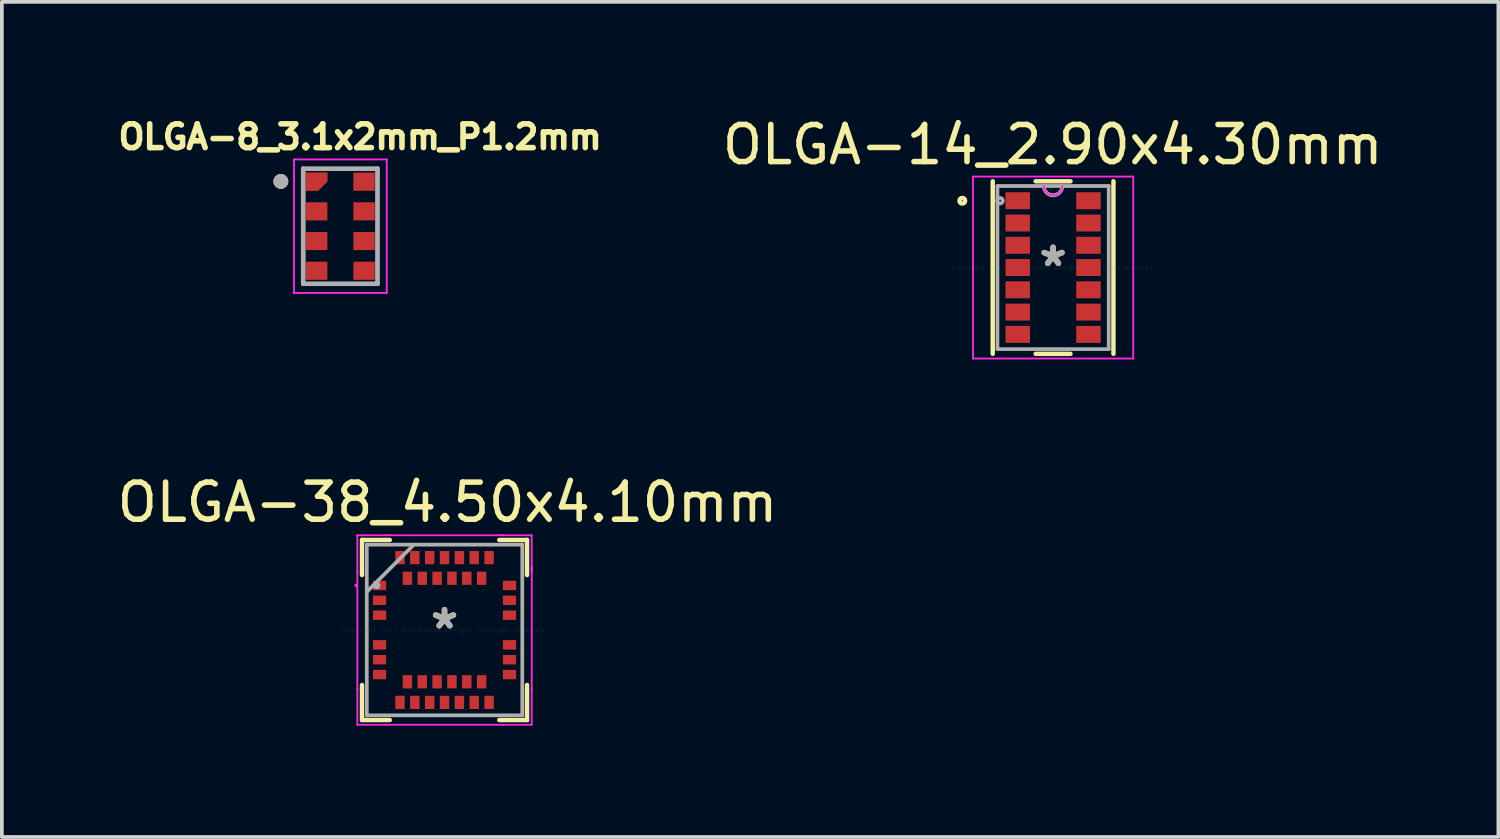
<source format=kicad_pcb>
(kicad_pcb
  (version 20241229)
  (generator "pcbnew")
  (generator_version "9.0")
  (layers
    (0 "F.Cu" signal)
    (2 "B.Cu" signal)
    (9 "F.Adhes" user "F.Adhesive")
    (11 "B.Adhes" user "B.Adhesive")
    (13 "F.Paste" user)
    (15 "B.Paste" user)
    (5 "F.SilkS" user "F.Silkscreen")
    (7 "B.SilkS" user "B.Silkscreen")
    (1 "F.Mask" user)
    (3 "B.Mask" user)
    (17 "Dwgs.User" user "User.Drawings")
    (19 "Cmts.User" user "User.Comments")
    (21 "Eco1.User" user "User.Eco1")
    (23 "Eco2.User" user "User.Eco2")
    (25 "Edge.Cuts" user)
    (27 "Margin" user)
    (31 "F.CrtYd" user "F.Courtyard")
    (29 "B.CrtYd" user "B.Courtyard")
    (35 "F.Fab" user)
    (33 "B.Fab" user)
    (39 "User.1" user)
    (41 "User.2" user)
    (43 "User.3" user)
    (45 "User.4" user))
  (footprint "OLGA-14_2.90x4.30mm"
    (layer "F.Cu")
    (at 25.321 4.158)
    (property "Reference" "OLGA-14_2.90x4.30mm" (at -0.01 -3.31 0) (layer "F.SilkS") (effects (font (size 1 1) (thickness 0.15))))
    (attr through_hole)
    (fp_line (start -1.626 -2.324) (end -1.626 2.324) (stroke (width 0.12) (type solid)) (layer "F.SilkS"))
    (fp_line (start -0.469 2.324) (end 0.469 2.324) (stroke (width 0.12) (type solid)) (layer "F.SilkS"))
    (fp_line (start 0.469 -2.324) (end -0.469 -2.324) (stroke (width 0.12) (type solid)) (layer "F.SilkS"))
    (fp_line (start 1.626 2.324) (end 1.626 -2.324) (stroke (width 0.12) (type solid)) (layer "F.SilkS"))
    (fp_circle (center -2.446 -1.8) (end -2.37 -1.8) (stroke (width 0.12) (type solid)) (fill no) (layer "F.SilkS"))
    (fp_line (start -2.159 -2.451) (end 2.159 -2.451) (stroke (width 0.05) (type solid)) (layer "F.CrtYd"))
    (fp_line (start -2.159 2.451) (end -2.159 -2.451) (stroke (width 0.05) (type solid)) (layer "F.CrtYd"))
    (fp_line (start 2.159 -2.451) (end 2.159 2.451) (stroke (width 0.05) (type solid)) (layer "F.CrtYd"))
    (fp_line (start 2.159 2.451) (end -2.159 2.451) (stroke (width 0.05) (type solid)) (layer "F.CrtYd"))
    (fp_arc (start 0.249767 -2.1971) (mid 0 -1.947333) (end -0.249767 -2.1971) (stroke (width 0.05) (type solid)) (layer "F.CrtYd"))
    (fp_line (start -1.499 -2.197) (end -1.499 2.197) (stroke (width 0.1) (type solid)) (layer "F.Fab"))
    (fp_line (start -1.499 2.197) (end 1.499 2.197) (stroke (width 0.1) (type solid)) (layer "F.Fab"))
    (fp_line (start 1.499 -2.197) (end -1.499 -2.197) (stroke (width 0.1) (type solid)) (layer "F.Fab"))
    (fp_line (start 1.499 2.197) (end 1.499 -2.197) (stroke (width 0.1) (type solid)) (layer "F.Fab"))
    (fp_arc (start 0.249767 -2.1971) (mid 0 -1.947333) (end -0.249767 -2.1971) (stroke (width 0.1) (type solid)) (layer "F.Fab"))
    (fp_circle (center -1.43 -1.8) (end -1.354 -1.8) (stroke (width 0.1) (type solid)) (fill no) (layer "F.Fab"))
    (fp_text user "*" (at 0 0 0) (layer "F.SilkS") (effects (font (size 1 1) (thickness 0.15))))
    (fp_text user "Copyright 2021 Accelerated Designs. All rights reserved." (at 0 0 0) (layer "Cmts.User") (effects (font (size 0.127 0.127) (thickness 0.002))))
    (fp_text user "*" (at 0 0 0) (layer "F.Fab") (effects (font (size 1 1) (thickness 0.15))))
    (pad "1" smd rect (at -0.953 -1.8) (size 0.66 0.457) (layers "F.Cu" "F.Mask" "F.Paste"))
    (pad "2" smd rect (at -0.953 -1.2) (size 0.66 0.457) (layers "F.Cu" "F.Mask" "F.Paste"))
    (pad "3" smd rect (at -0.953 -0.6) (size 0.66 0.457) (layers "F.Cu" "F.Mask" "F.Paste"))
    (pad "4" smd rect (at -0.953 0) (size 0.66 0.457) (layers "F.Cu" "F.Mask" "F.Paste"))
    (pad "5" smd rect (at -0.953 0.6) (size 0.66 0.457) (layers "F.Cu" "F.Mask" "F.Paste"))
    (pad "6" smd rect (at -0.953 1.2) (size 0.66 0.457) (layers "F.Cu" "F.Mask" "F.Paste"))
    (pad "7" smd rect (at -0.953 1.8) (size 0.66 0.457) (layers "F.Cu" "F.Mask" "F.Paste"))
    (pad "8" smd rect (at 0.953 1.8) (size 0.66 0.457) (layers "F.Cu" "F.Mask" "F.Paste"))
    (pad "9" smd rect (at 0.953 1.2) (size 0.66 0.457) (layers "F.Cu" "F.Mask" "F.Paste"))
    (pad "10" smd rect (at 0.953 0.6) (size 0.66 0.457) (layers "F.Cu" "F.Mask" "F.Paste"))
    (pad "11" smd rect (at 0.953 0) (size 0.66 0.457) (layers "F.Cu" "F.Mask" "F.Paste"))
    (pad "12" smd rect (at 0.953 -0.6) (size 0.66 0.457) (layers "F.Cu" "F.Mask" "F.Paste"))
    (pad "13" smd rect (at 0.953 -1.2) (size 0.66 0.457) (layers "F.Cu" "F.Mask" "F.Paste"))
    (pad "14" smd rect (at 0.953 -1.8) (size 0.66 0.457) (layers "F.Cu" "F.Mask" "F.Paste")))
  (footprint "OLGA-8_3.1x2mm_P1.2mm"
    (layer "F.Cu")
    (at 6.12 3.044)
    (property "Reference" "OLGA-8_3.1x2mm_P1.2mm" (at 0.532 -2.406 0) (layer "F.SilkS") (effects (font (size 0.64 0.64) (thickness 0.15))))
    (attr through_hole)
    (fp_poly (pts (xy -0.251 -1.544) (xy -0.251 -1.166) (xy -0.56 -0.856) (xy -1.026 -0.856) (xy -1.026 -1.544)) (stroke (width 0.01) (type solid)) (fill yes) (layer "F.Mask"))
    (fp_circle (center -1.603 -1.207) (end -1.503 -1.207) (stroke (width 0.2) (type solid)) (fill no) (layer "F.SilkS"))
    (fp_poly (pts (xy -0.35 -1.444) (xy -0.35 -1.206) (xy -0.601 -0.956) (xy -0.925 -0.956) (xy -0.925 -1.444)) (stroke (width 0.01) (type solid)) (fill yes) (layer "F.Paste"))
    (fp_line (start -1.25 -1.8) (end -1.25 1.8) (stroke (width 0.05) (type solid)) (layer "F.CrtYd"))
    (fp_line (start -1.25 1.8) (end 1.25 1.8) (stroke (width 0.05) (type solid)) (layer "F.CrtYd"))
    (fp_line (start 1.25 -1.8) (end -1.25 -1.8) (stroke (width 0.05) (type solid)) (layer "F.CrtYd"))
    (fp_line (start 1.25 1.8) (end 1.25 -1.8) (stroke (width 0.05) (type solid)) (layer "F.CrtYd"))
    (fp_line (start -1 -1.55) (end 1 -1.55) (stroke (width 0.127) (type solid)) (layer "F.Fab"))
    (fp_line (start -1 1.55) (end -1 -1.55) (stroke (width 0.127) (type solid)) (layer "F.Fab"))
    (fp_line (start 1 -1.55) (end 1 1.55) (stroke (width 0.127) (type solid)) (layer "F.Fab"))
    (fp_line (start 1 1.55) (end -1 1.55) (stroke (width 0.127) (type solid)) (layer "F.Fab"))
    (fp_circle (center -1.603 -1.207) (end -1.503 -1.207) (stroke (width 0.2) (type solid)) (fill no) (layer "F.Fab"))
    (pad "1" smd custom (at -0.638 -1.2) (size 0.25 0.25) (layers "F.Cu") (options (anchor rect)) (primitives (gr_poly (pts (xy 0.287 -0.244) (xy 0.287 -0.006) (xy 0.037 0.244) (xy -0.287 0.244) (xy -0.287 -0.244)) (width 0.01) (fill yes))))
    (pad "2" smd rect (at -0.638 -0.4) (size 0.575 0.488) (layers "F.Cu" "F.Mask" "F.Paste"))
    (pad "3" smd rect (at -0.638 0.4) (size 0.575 0.488) (layers "F.Cu" "F.Mask" "F.Paste"))
    (pad "4" smd rect (at -0.638 1.2) (size 0.575 0.488) (layers "F.Cu" "F.Mask" "F.Paste"))
    (pad "5" smd rect (at 0.638 1.2) (size 0.575 0.488) (layers "F.Cu" "F.Mask" "F.Paste"))
    (pad "6" smd rect (at 0.638 0.4) (size 0.575 0.488) (layers "F.Cu" "F.Mask" "F.Paste"))
    (pad "7" smd rect (at 0.638 -0.4) (size 0.575 0.488) (layers "F.Cu" "F.Mask" "F.Paste"))
    (pad "8" smd rect (at 0.638 -1.2) (size 0.575 0.488) (layers "F.Cu" "F.Mask" "F.Paste")))
  (footprint "OLGA-38_4.50x4.10mm"
    (layer "F.Cu")
    (at 8.926 13.923)
    (property "Reference" "OLGA-38_4.50x4.10mm" (at 0.08 -3.44 0) (layer "F.SilkS") (effects (font (size 1 1) (thickness 0.15))))
    (attr through_hole)
    (fp_line (start -2.223 -2.426) (end -2.223 -1.481) (stroke (width 0.12) (type solid)) (layer "F.SilkS"))
    (fp_line (start -2.223 1.481) (end -2.223 2.426) (stroke (width 0.12) (type solid)) (layer "F.SilkS"))
    (fp_line (start -2.223 2.426) (end -1.475 2.426) (stroke (width 0.12) (type solid)) (layer "F.SilkS"))
    (fp_line (start -1.475 -2.426) (end -2.223 -2.426) (stroke (width 0.12) (type solid)) (layer "F.SilkS"))
    (fp_line (start 1.475 2.426) (end 2.223 2.426) (stroke (width 0.12) (type solid)) (layer "F.SilkS"))
    (fp_line (start 2.223 -2.426) (end 1.475 -2.426) (stroke (width 0.12) (type solid)) (layer "F.SilkS"))
    (fp_line (start 2.223 -1.481) (end 2.223 -2.426) (stroke (width 0.12) (type solid)) (layer "F.SilkS"))
    (fp_line (start 2.223 2.426) (end 2.223 1.481) (stroke (width 0.12) (type solid)) (layer "F.SilkS"))
    (fp_line (start -2.349 -2.553) (end -1.581 -2.553) (stroke (width 0.05) (type solid)) (layer "F.CrtYd"))
    (fp_line (start -2.349 -1.581) (end -2.349 -2.553) (stroke (width 0.05) (type solid)) (layer "F.CrtYd"))
    (fp_line (start -2.349 -1.581) (end -2.349 -1.581) (stroke (width 0.05) (type solid)) (layer "F.CrtYd"))
    (fp_line (start -2.349 1.581) (end -2.349 -1.581) (stroke (width 0.05) (type solid)) (layer "F.CrtYd"))
    (fp_line (start -2.349 1.581) (end -2.349 1.581) (stroke (width 0.05) (type solid)) (layer "F.CrtYd"))
    (fp_line (start -2.349 2.553) (end -2.349 1.581) (stroke (width 0.05) (type solid)) (layer "F.CrtYd"))
    (fp_line (start -1.581 -2.553) (end -1.581 -2.553) (stroke (width 0.05) (type solid)) (layer "F.CrtYd"))
    (fp_line (start -1.581 -2.553) (end 1.581 -2.553) (stroke (width 0.05) (type solid)) (layer "F.CrtYd"))
    (fp_line (start -1.581 2.553) (end -2.349 2.553) (stroke (width 0.05) (type solid)) (layer "F.CrtYd"))
    (fp_line (start -1.581 2.553) (end -1.581 2.553) (stroke (width 0.05) (type solid)) (layer "F.CrtYd"))
    (fp_line (start 1.581 -2.553) (end 1.581 -2.553) (stroke (width 0.05) (type solid)) (layer "F.CrtYd"))
    (fp_line (start 1.581 -2.553) (end 2.349 -2.553) (stroke (width 0.05) (type solid)) (layer "F.CrtYd"))
    (fp_line (start 1.581 2.553) (end -1.581 2.553) (stroke (width 0.05) (type solid)) (layer "F.CrtYd"))
    (fp_line (start 1.581 2.553) (end 1.581 2.553) (stroke (width 0.05) (type solid)) (layer "F.CrtYd"))
    (fp_line (start 2.349 -2.553) (end 2.349 -1.581) (stroke (width 0.05) (type solid)) (layer "F.CrtYd"))
    (fp_line (start 2.349 -1.708) (end 2.349 1.581) (stroke (width 0.05) (type solid)) (layer "F.CrtYd"))
    (fp_line (start 2.349 -1.581) (end 2.349 -1.708) (stroke (width 0.05) (type solid)) (layer "F.CrtYd"))
    (fp_line (start 2.349 1.581) (end 2.349 1.581) (stroke (width 0.05) (type solid)) (layer "F.CrtYd"))
    (fp_line (start 2.349 1.581) (end 2.349 2.553) (stroke (width 0.05) (type solid)) (layer "F.CrtYd"))
    (fp_line (start 2.349 2.553) (end 1.581 2.553) (stroke (width 0.05) (type solid)) (layer "F.CrtYd"))
    (fp_circle (center -2.382 -1.2) (end -2.382 -1.2) (stroke (width 0.05) (type solid)) (fill no) (layer "F.CrtYd"))
    (fp_line (start -2.095 -2.299) (end -2.095 2.299) (stroke (width 0.1) (type solid)) (layer "F.Fab"))
    (fp_line (start -2.095 -1.029) (end -0.826 -2.299) (stroke (width 0.1) (type solid)) (layer "F.Fab"))
    (fp_line (start -2.095 2.299) (end 2.095 2.299) (stroke (width 0.1) (type solid)) (layer "F.Fab"))
    (fp_line (start 2.095 -2.299) (end -2.095 -2.299) (stroke (width 0.1) (type solid)) (layer "F.Fab"))
    (fp_line (start 2.095 2.299) (end 2.095 -2.299) (stroke (width 0.1) (type solid)) (layer "F.Fab"))
    (fp_circle (center -1.826 -1.2) (end -1.826 -1.2) (stroke (width 0.1) (type solid)) (fill no) (layer "F.Fab"))
    (fp_text user "*" (at 0 0 0) (layer "F.SilkS") (effects (font (size 1 1) (thickness 0.15))))
    (fp_text user "Copyright 2021 Accelerated Designs. All rights reserved." (at 0 0 0) (layer "Cmts.User") (effects (font (size 0.127 0.127) (thickness 0.002))))
    (fp_text user "*" (at 0 0 0) (layer "F.Fab") (effects (font (size 1 1) (thickness 0.15))))
    (pad "1" smd rect (at -1.75 -1.2) (size 0.356 0.254) (layers "F.Cu" "F.Mask" "F.Paste"))
    (pad "2" smd rect (at -1.75 -0.8) (size 0.356 0.254) (layers "F.Cu" "F.Mask" "F.Paste"))
    (pad "3" smd rect (at -1.75 -0.4) (size 0.356 0.254) (layers "F.Cu" "F.Mask" "F.Paste"))
    (pad "4" smd rect (at -1.75 0.4) (size 0.356 0.254) (layers "F.Cu" "F.Mask" "F.Paste"))
    (pad "5" smd rect (at -1.75 0.8) (size 0.356 0.254) (layers "F.Cu" "F.Mask" "F.Paste"))
    (pad "6" smd rect (at -1.75 1.2) (size 0.356 0.254) (layers "F.Cu" "F.Mask" "F.Paste"))
    (pad "7" smd rect (at -1.2 1.95 90) (size 0.356 0.254) (layers "F.Cu" "F.Mask" "F.Paste"))
    (pad "8" smd rect (at -0.8 1.95 90) (size 0.356 0.254) (layers "F.Cu" "F.Mask" "F.Paste"))
    (pad "9" smd rect (at -0.4 1.95 90) (size 0.356 0.254) (layers "F.Cu" "F.Mask" "F.Paste"))
    (pad "10" smd rect (at 0 1.95 90) (size 0.356 0.254) (layers "F.Cu" "F.Mask" "F.Paste"))
    (pad "11" smd rect (at 0.4 1.95 90) (size 0.356 0.254) (layers "F.Cu" "F.Mask" "F.Paste"))
    (pad "12" smd rect (at 0.8 1.95 90) (size 0.356 0.254) (layers "F.Cu" "F.Mask" "F.Paste"))
    (pad "13" smd rect (at 1.2 1.95 90) (size 0.356 0.254) (layers "F.Cu" "F.Mask" "F.Paste"))
    (pad "14" smd rect (at 1.75 1.2) (size 0.356 0.254) (layers "F.Cu" "F.Mask" "F.Paste"))
    (pad "15" smd rect (at 1.75 0.8) (size 0.356 0.254) (layers "F.Cu" "F.Mask" "F.Paste"))
    (pad "16" smd rect (at 1.75 0.4) (size 0.356 0.254) (layers "F.Cu" "F.Mask" "F.Paste"))
    (pad "17" smd rect (at 1.75 -0.4) (size 0.356 0.254) (layers "F.Cu" "F.Mask" "F.Paste"))
    (pad "18" smd rect (at 1.75 -0.8) (size 0.356 0.254) (layers "F.Cu" "F.Mask" "F.Paste"))
    (pad "19" smd rect (at 1.75 -1.2) (size 0.356 0.254) (layers "F.Cu" "F.Mask" "F.Paste"))
    (pad "20" smd rect (at 1.2 -1.95 90) (size 0.356 0.254) (layers "F.Cu" "F.Mask" "F.Paste"))
    (pad "21" smd rect (at 0.8 -1.95 90) (size 0.356 0.254) (layers "F.Cu" "F.Mask" "F.Paste"))
    (pad "22" smd rect (at 0.4 -1.95 90) (size 0.356 0.254) (layers "F.Cu" "F.Mask" "F.Paste"))
    (pad "23" smd rect (at 0 -1.95 90) (size 0.356 0.254) (layers "F.Cu" "F.Mask" "F.Paste"))
    (pad "24" smd rect (at -0.4 -1.95 90) (size 0.356 0.254) (layers "F.Cu" "F.Mask" "F.Paste"))
    (pad "25" smd rect (at -0.8 -1.95 90) (size 0.356 0.254) (layers "F.Cu" "F.Mask" "F.Paste"))
    (pad "26" smd rect (at -1.2 -1.95 90) (size 0.356 0.254) (layers "F.Cu" "F.Mask" "F.Paste"))
    (pad "27" smd rect (at 1 -1.395 90) (size 0.356 0.254) (layers "F.Cu" "F.Mask" "F.Paste"))
    (pad "28" smd rect (at 0.6 -1.395 90) (size 0.356 0.254) (layers "F.Cu" "F.Mask" "F.Paste"))
    (pad "29" smd rect (at 0.2 -1.395 90) (size 0.356 0.254) (layers "F.Cu" "F.Mask" "F.Paste"))
    (pad "30" smd rect (at -0.2 -1.395 90) (size 0.356 0.254) (layers "F.Cu" "F.Mask" "F.Paste"))
    (pad "31" smd rect (at -0.6 -1.395 90) (size 0.356 0.254) (layers "F.Cu" "F.Mask" "F.Paste"))
    (pad "32" smd rect (at -1 -1.395 90) (size 0.356 0.254) (layers "F.Cu" "F.Mask" "F.Paste"))
    (pad "33" smd rect (at -1 1.395 90) (size 0.356 0.254) (layers "F.Cu" "F.Mask" "F.Paste"))
    (pad "34" smd rect (at -0.6 1.395 90) (size 0.356 0.254) (layers "F.Cu" "F.Mask" "F.Paste"))
    (pad "35" smd rect (at -0.2 1.395 90) (size 0.356 0.254) (layers "F.Cu" "F.Mask" "F.Paste"))
    (pad "36" smd rect (at 0.2 1.395 90) (size 0.356 0.254) (layers "F.Cu" "F.Mask" "F.Paste"))
    (pad "37" smd rect (at 0.6 1.395 90) (size 0.356 0.254) (layers "F.Cu" "F.Mask" "F.Paste"))
    (pad "38" smd rect (at 1 1.395 90) (size 0.356 0.254) (layers "F.Cu" "F.Mask" "F.Paste")))
  (gr_rect
    (start -3 -3)
    (end 37.317 19.5)
    (stroke (width 0.1) (type default))
    (fill no)
    (layer "Edge.Cuts")))
</source>
